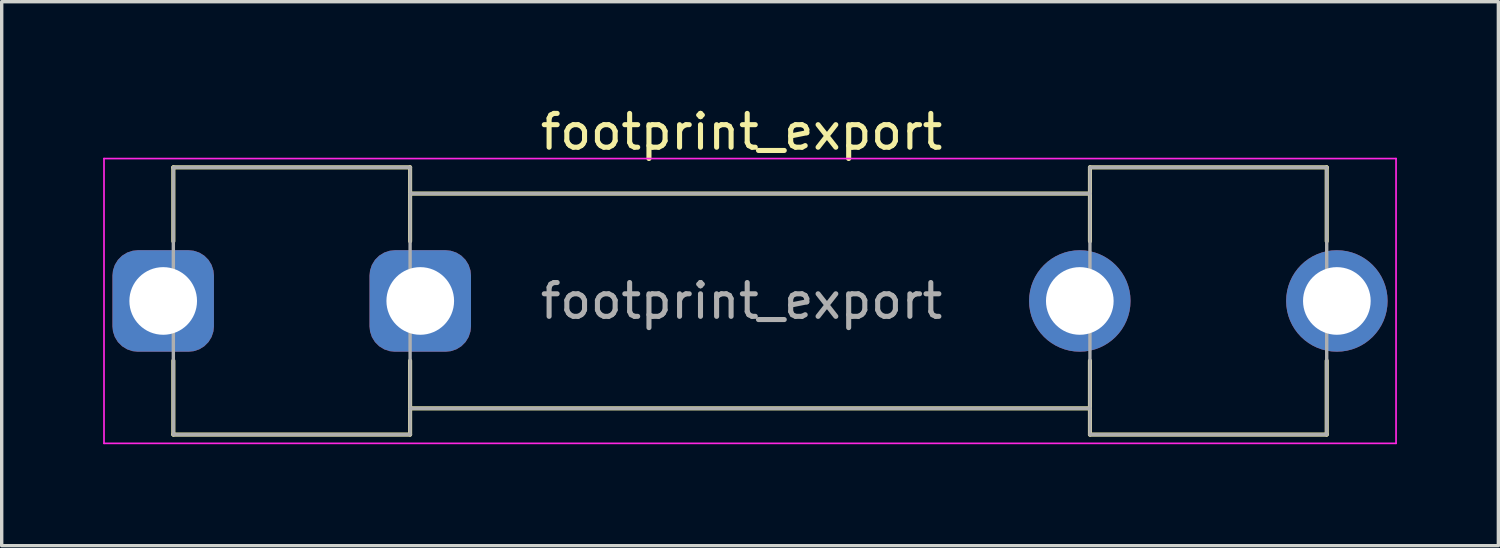
<source format=kicad_pcb>
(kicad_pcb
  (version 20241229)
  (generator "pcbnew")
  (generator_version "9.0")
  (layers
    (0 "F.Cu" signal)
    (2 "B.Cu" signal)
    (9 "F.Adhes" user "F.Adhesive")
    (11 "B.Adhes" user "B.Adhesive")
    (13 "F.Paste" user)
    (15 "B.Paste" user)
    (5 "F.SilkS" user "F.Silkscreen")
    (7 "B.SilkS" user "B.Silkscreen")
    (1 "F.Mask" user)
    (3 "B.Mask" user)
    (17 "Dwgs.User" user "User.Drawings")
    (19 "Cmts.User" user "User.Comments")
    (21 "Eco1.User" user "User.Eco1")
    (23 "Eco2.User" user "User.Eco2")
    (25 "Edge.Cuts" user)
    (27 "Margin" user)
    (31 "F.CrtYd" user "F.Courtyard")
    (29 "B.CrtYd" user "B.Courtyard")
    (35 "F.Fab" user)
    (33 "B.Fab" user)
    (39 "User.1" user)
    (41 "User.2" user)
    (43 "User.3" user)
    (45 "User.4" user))
  (footprint "footprint_export"
    (layer "F.Cu")
    (at 1.775 5.848)
    (property "Reference" "footprint_export" (at 17.1 -5 0) (layer "F.SilkS") (effects (font (size 1 1) (thickness 0.15))))
    (attr through_hole)
    (fp_line (start 0.3 -3.95) (end 0.3 -1.765) (stroke (width 0.12) (type solid)) (layer "F.SilkS"))
    (fp_line (start 0.3 3.95) (end 0.3 1.765) (stroke (width 0.12) (type solid)) (layer "F.SilkS"))
    (fp_line (start 7.3 -3.95) (end 0.3 -3.95) (stroke (width 0.12) (type solid)) (layer "F.SilkS"))
    (fp_line (start 7.3 -3.95) (end 7.3 -1.765) (stroke (width 0.12) (type solid)) (layer "F.SilkS"))
    (fp_line (start 7.3 3.95) (end 0.3 3.95) (stroke (width 0.12) (type solid)) (layer "F.SilkS"))
    (fp_line (start 7.3 3.95) (end 7.3 1.765) (stroke (width 0.12) (type solid)) (layer "F.SilkS"))
    (fp_line (start 27.4 -3.95) (end 27.4 -1.765) (stroke (width 0.12) (type solid)) (layer "F.SilkS"))
    (fp_line (start 27.4 -3.175) (end 7.3 -3.175) (stroke (width 0.12) (type solid)) (layer "F.SilkS"))
    (fp_line (start 27.4 3.175) (end 7.3 3.175) (stroke (width 0.12) (type solid)) (layer "F.SilkS"))
    (fp_line (start 27.4 3.95) (end 27.4 1.765) (stroke (width 0.12) (type solid)) (layer "F.SilkS"))
    (fp_line (start 27.4 3.95) (end 34.4 3.95) (stroke (width 0.12) (type solid)) (layer "F.SilkS"))
    (fp_line (start 34.4 -3.95) (end 27.4 -3.95) (stroke (width 0.12) (type solid)) (layer "F.SilkS"))
    (fp_line (start 34.4 -1.765) (end 34.4 -3.95) (stroke (width 0.12) (type solid)) (layer "F.SilkS"))
    (fp_line (start 34.4 1.765) (end 34.4 3.95) (stroke (width 0.12) (type solid)) (layer "F.SilkS"))
    (fp_line (start -1.75 -4.21) (end -1.75 4.21) (stroke (width 0.05) (type solid)) (layer "F.CrtYd"))
    (fp_line (start -1.75 -4.21) (end 36.45 -4.21) (stroke (width 0.05) (type solid)) (layer "F.CrtYd"))
    (fp_line (start 36.45 4.21) (end -1.75 4.21) (stroke (width 0.05) (type solid)) (layer "F.CrtYd"))
    (fp_line (start 36.45 4.21) (end 36.45 -4.21) (stroke (width 0.05) (type solid)) (layer "F.CrtYd"))
    (fp_line (start 0.3 -3.95) (end 7.3 -3.95) (stroke (width 0.1) (type solid)) (layer "F.Fab"))
    (fp_line (start 0.3 3.95) (end 0.3 -3.95) (stroke (width 0.1) (type solid)) (layer "F.Fab"))
    (fp_line (start 7.3 -3.95) (end 7.3 3.95) (stroke (width 0.1) (type solid)) (layer "F.Fab"))
    (fp_line (start 7.3 -3.175) (end 27.4 -3.175) (stroke (width 0.1) (type solid)) (layer "F.Fab"))
    (fp_line (start 7.3 3.95) (end 0.3 3.95) (stroke (width 0.1) (type solid)) (layer "F.Fab"))
    (fp_line (start 27.4 -3.95) (end 27.4 3.95) (stroke (width 0.1) (type solid)) (layer "F.Fab"))
    (fp_line (start 27.4 3.175) (end 7.3 3.175) (stroke (width 0.1) (type solid)) (layer "F.Fab"))
    (fp_line (start 27.4 3.95) (end 34.4 3.95) (stroke (width 0.1) (type solid)) (layer "F.Fab"))
    (fp_line (start 34.4 -3.95) (end 27.4 -3.95) (stroke (width 0.1) (type solid)) (layer "F.Fab"))
    (fp_line (start 34.4 3.95) (end 34.4 -3.95) (stroke (width 0.1) (type solid)) (layer "F.Fab"))
    (fp_text user "${REFERENCE}" (at 17.1 0 0) (layer "F.Fab") (effects (font (size 1 1) (thickness 0.15))))
    (pad "1" thru_hole roundrect (at 0 0) (size 3 3) (drill 2) (layers "*.Cu" "*.Mask") (roundrect_rratio 0.25))
    (pad "1" thru_hole roundrect (at 7.6 0) (size 3 3) (drill 2) (layers "*.Cu" "*.Mask") (roundrect_rratio 0.25))
    (pad "2" thru_hole circle (at 27.1 0) (size 3 3) (drill 2) (layers "*.Cu" "*.Mask"))
    (pad "2" thru_hole circle (at 34.7 0) (size 3 3) (drill 2) (layers "*.Cu" "*.Mask")))
  (gr_rect
    (start -3 -3)
    (end 41.25 13.083)
    (stroke (width 0.1) (type default))
    (fill no)
    (layer "Edge.Cuts")))
</source>
